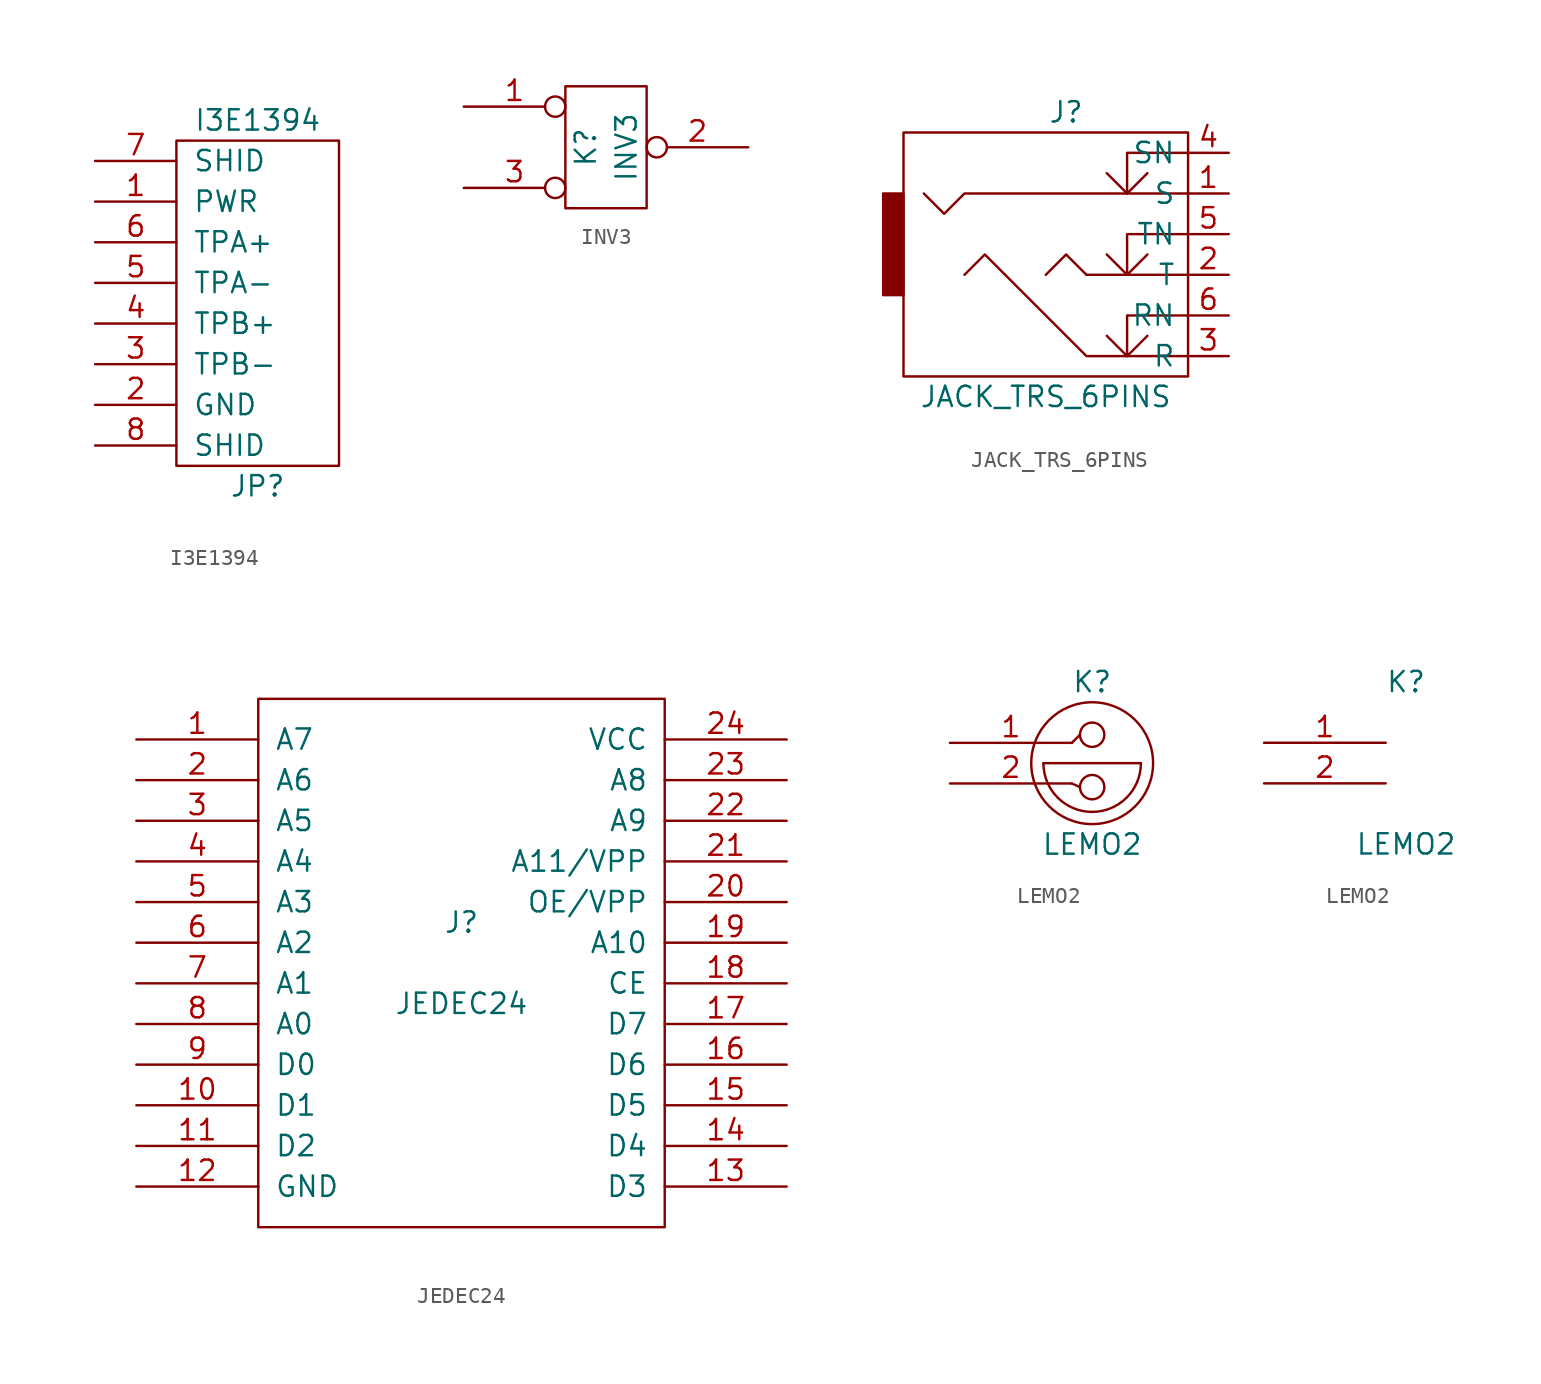
<source format=kicad_sym>
(kicad_symbol_lib
  (version 20231120)
  (generator "kicad_symbol_editor")
  (generator_version "8.0")
  (symbol "I3E1394"
    (pin_names
      (offset 1.016))
    (property "Reference" "JP"
      (at 0 -11.43 0)
      (effects (font (size 1.27 1.27))))
    (property "Value" "I3E1394"
      (at 0 11.43 0)
      (effects (font (size 1.27 1.27))))
    (property "Footprint" ""
      (at 0 0 0)
      (effects (font (size 1.27 1.27))))
    (property "Datasheet" ""
      (at 0 0 0)
      (effects (font (size 1.27 1.27))))
    (symbol "I3E1394_0_1"
      (rectangle (start -5.08 10.16) (end 5.08 -10.16) (stroke (width 0) (type solid)) (fill (type none))))
    (symbol "I3E1394_1_1"
      (pin passive line (at -10.16 6.35 0) (length 5.08) (name "PWR" (effects (font (size 1.27 1.27)))) (number "1" (effects (font (size 1.27 1.27)))))
      (pin passive line (at -10.16 -6.35 0) (length 5.08) (name "GND" (effects (font (size 1.27 1.27)))) (number "2" (effects (font (size 1.27 1.27)))))
      (pin bidirectional line (at -10.16 -3.81 0) (length 5.08) (name "TPB-" (effects (font (size 1.27 1.27)))) (number "3" (effects (font (size 1.27 1.27)))))
      (pin bidirectional line (at -10.16 -1.27 0) (length 5.08) (name "TPB+" (effects (font (size 1.27 1.27)))) (number "4" (effects (font (size 1.27 1.27)))))
      (pin bidirectional line (at -10.16 1.27 0) (length 5.08) (name "TPA-" (effects (font (size 1.27 1.27)))) (number "5" (effects (font (size 1.27 1.27)))))
      (pin bidirectional line (at -10.16 3.81 0) (length 5.08) (name "TPA+" (effects (font (size 1.27 1.27)))) (number "6" (effects (font (size 1.27 1.27)))))
      (pin passive line (at -10.16 8.89 0) (length 5.08) (name "SHID" (effects (font (size 1.27 1.27)))) (number "7" (effects (font (size 1.27 1.27)))))
      (pin passive line (at -10.16 -8.89 0) (length 5.08) (name "SHID" (effects (font (size 1.27 1.27)))) (number "8" (effects (font (size 1.27 1.27)))))))
  (symbol "INV3"
    (pin_names
      (offset 1.016) hide)
    (property "Reference" "K"
      (at -1.27 0 90)
      (effects (font (size 1.27 1.27))))
    (property "Value" "INV3"
      (at 1.27 0 90)
      (effects (font (size 1.27 1.27))))
    (property "Footprint" ""
      (at 0 0 0)
      (effects (font (size 1.27 1.27))))
    (property "Datasheet" ""
      (at 0 0 0)
      (effects (font (size 1.27 1.27))))
    (symbol "INV3_0_1"
      (rectangle (start -2.54 3.81) (end 2.54 -3.81) (stroke (width 0) (type solid)) (fill (type none))))
    (symbol "INV3_1_1"
      (pin passive inverted (at -8.89 2.54 0) (length 6.35) (name "P1" (effects (font (size 1.27 1.27)))) (number "1" (effects (font (size 1.27 1.27)))))
      (pin passive inverted (at 8.89 0 180) (length 6.35) (name "PM" (effects (font (size 1.27 1.27)))) (number "2" (effects (font (size 1.27 1.27)))))
      (pin passive inverted (at -8.89 -2.54 0) (length 6.35) (name "P3" (effects (font (size 1.27 1.27)))) (number "3" (effects (font (size 1.27 1.27)))))))
  (symbol "JACK_TRS_6PINS"
    (pin_names
      (offset 0.762))
    (property "Reference" "J"
      (at 0 10.16 0)
      (effects (font (size 1.27 1.27))))
    (property "Value" "JACK_TRS_6PINS"
      (at -1.27 -7.62 0)
      (effects (font (size 1.27 1.27))))
    (property "Footprint" ""
      (at 2.54 -3.81 0)
      (effects (font (size 1.27 1.27))))
    (property "Datasheet" ""
      (at 2.54 -3.81 0)
      (effects (font (size 1.27 1.27))))
    (symbol "JACK_TRS_6PINS_0_0"
      (polyline (pts (xy 3.81 -5.08) (xy 3.81 -2.54) (xy 7.62 -2.54)) (stroke (width 0) (type solid)) (fill (type none)))
      (polyline (pts (xy 3.81 0) (xy 3.81 2.54) (xy 7.62 2.54)) (stroke (width 0) (type solid)) (fill (type none)))
      (polyline (pts (xy 3.81 5.08) (xy 3.81 7.62) (xy 7.62 7.62)) (stroke (width 0) (type solid)) (fill (type none)))
      (polyline (pts (xy -8.89 5.08) (xy -7.62 3.81) (xy -6.35 5.08) (xy 7.62 5.08)) (stroke (width 0) (type solid)) (fill (type none)))
      (polyline (pts (xy -6.35 0) (xy -5.08 1.27) (xy 1.27 -5.08) (xy 7.62 -5.08)) (stroke (width 0) (type solid)) (fill (type none))))
    (symbol "JACK_TRS_6PINS_0_1"
      (rectangle (start -11.43 5.08) (end -10.16 -1.27) (stroke (width 0) (type solid)) (fill (type outline)))
      (polyline (pts (xy 1.27 0) (xy 7.62 0)) (stroke (width 0) (type solid)) (fill (type none)))
      (polyline (pts (xy 1.27 0) (xy 0 1.27) (xy -1.27 0) (xy -1.27 0)) (stroke (width 0) (type solid)) (fill (type none)))
      (polyline (pts (xy 2.54 -3.81) (xy 3.81 -5.08) (xy 5.08 -3.81) (xy 5.08 -3.81)) (stroke (width 0) (type solid)) (fill (type none)))
      (polyline (pts (xy 2.54 1.27) (xy 3.81 0) (xy 5.08 1.27) (xy 5.08 1.27)) (stroke (width 0) (type solid)) (fill (type none)))
      (polyline (pts (xy 2.54 6.35) (xy 3.81 5.08) (xy 5.08 6.35) (xy 5.08 6.35)) (stroke (width 0) (type solid)) (fill (type none)))
      (rectangle (start 7.62 -6.35) (end -10.16 8.89) (stroke (width 0) (type solid)) (fill (type none))))
    (symbol "JACK_TRS_6PINS_1_1"
      (pin passive line (at 10.16 5.08 180) (length 2.54) (name "S" (effects (font (size 1.27 1.27)))) (number "1" (effects (font (size 1.27 1.27)))))
      (pin passive line (at 10.16 0 180) (length 2.54) (name "T" (effects (font (size 1.27 1.27)))) (number "2" (effects (font (size 1.27 1.27)))))
      (pin passive line (at 10.16 -5.08 180) (length 2.54) (name "R" (effects (font (size 1.27 1.27)))) (number "3" (effects (font (size 1.27 1.27)))))
      (pin passive line (at 10.16 7.62 180) (length 2.54) (name "SN" (effects (font (size 1.27 1.27)))) (number "4" (effects (font (size 1.27 1.27)))))
      (pin passive line (at 10.16 2.54 180) (length 2.54) (name "TN" (effects (font (size 1.27 1.27)))) (number "5" (effects (font (size 1.27 1.27)))))
      (pin passive line (at 10.16 -2.54 180) (length 2.54) (name "RN" (effects (font (size 1.27 1.27)))) (number "6" (effects (font (size 1.27 1.27)))))))
  (symbol "JEDEC24"
    (pin_names
      (offset 1.016))
    (property "Reference" "J"
      (at 0 2.54 0)
      (effects (font (size 1.27 1.27))))
    (property "Value" "JEDEC24"
      (at 0 -2.54 0)
      (effects (font (size 1.27 1.27))))
    (property "Footprint" ""
      (at 0 0 0)
      (effects (font (size 1.27 1.27))))
    (property "Datasheet" ""
      (at 0 0 0)
      (effects (font (size 1.27 1.27))))
    (symbol "JEDEC24_0_1"
      (rectangle (start -12.7 -16.51) (end 12.7 16.51) (stroke (width 0) (type solid)) (fill (type none))))
    (symbol "JEDEC24_1_1"
      (pin passive line (at -20.32 13.97 0) (length 7.62) (name "A7" (effects (font (size 1.27 1.27)))) (number "1" (effects (font (size 1.27 1.27)))))
      (pin passive line (at -20.32 -8.89 0) (length 7.62) (name "D1" (effects (font (size 1.27 1.27)))) (number "10" (effects (font (size 1.27 1.27)))))
      (pin passive line (at -20.32 -11.43 0) (length 7.62) (name "D2" (effects (font (size 1.27 1.27)))) (number "11" (effects (font (size 1.27 1.27)))))
      (pin passive line (at -20.32 -13.97 0) (length 7.62) (name "GND" (effects (font (size 1.27 1.27)))) (number "12" (effects (font (size 1.27 1.27)))))
      (pin passive line (at 20.32 -13.97 180) (length 7.62) (name "D3" (effects (font (size 1.27 1.27)))) (number "13" (effects (font (size 1.27 1.27)))))
      (pin passive line (at 20.32 -11.43 180) (length 7.62) (name "D4" (effects (font (size 1.27 1.27)))) (number "14" (effects (font (size 1.27 1.27)))))
      (pin passive line (at 20.32 -8.89 180) (length 7.62) (name "D5" (effects (font (size 1.27 1.27)))) (number "15" (effects (font (size 1.27 1.27)))))
      (pin passive line (at 20.32 -6.35 180) (length 7.62) (name "D6" (effects (font (size 1.27 1.27)))) (number "16" (effects (font (size 1.27 1.27)))))
      (pin passive line (at 20.32 -3.81 180) (length 7.62) (name "D7" (effects (font (size 1.27 1.27)))) (number "17" (effects (font (size 1.27 1.27)))))
      (pin passive line (at 20.32 -1.27 180) (length 7.62) (name "CE" (effects (font (size 1.27 1.27)))) (number "18" (effects (font (size 1.27 1.27)))))
      (pin passive line (at 20.32 1.27 180) (length 7.62) (name "A10" (effects (font (size 1.27 1.27)))) (number "19" (effects (font (size 1.27 1.27)))))
      (pin passive line (at -20.32 11.43 0) (length 7.62) (name "A6" (effects (font (size 1.27 1.27)))) (number "2" (effects (font (size 1.27 1.27)))))
      (pin passive line (at 20.32 3.81 180) (length 7.62) (name "OE/VPP" (effects (font (size 1.27 1.27)))) (number "20" (effects (font (size 1.27 1.27)))))
      (pin passive line (at 20.32 6.35 180) (length 7.62) (name "A11/VPP" (effects (font (size 1.27 1.27)))) (number "21" (effects (font (size 1.27 1.27)))))
      (pin passive line (at 20.32 8.89 180) (length 7.62) (name "A9" (effects (font (size 1.27 1.27)))) (number "22" (effects (font (size 1.27 1.27)))))
      (pin passive line (at 20.32 11.43 180) (length 7.62) (name "A8" (effects (font (size 1.27 1.27)))) (number "23" (effects (font (size 1.27 1.27)))))
      (pin passive line (at 20.32 13.97 180) (length 7.62) (name "VCC" (effects (font (size 1.27 1.27)))) (number "24" (effects (font (size 1.27 1.27)))))
      (pin passive line (at -20.32 8.89 0) (length 7.62) (name "A5" (effects (font (size 1.27 1.27)))) (number "3" (effects (font (size 1.27 1.27)))))
      (pin passive line (at -20.32 6.35 0) (length 7.62) (name "A4" (effects (font (size 1.27 1.27)))) (number "4" (effects (font (size 1.27 1.27)))))
      (pin passive line (at -20.32 3.81 0) (length 7.62) (name "A3" (effects (font (size 1.27 1.27)))) (number "5" (effects (font (size 1.27 1.27)))))
      (pin passive line (at -20.32 1.27 0) (length 7.62) (name "A2" (effects (font (size 1.27 1.27)))) (number "6" (effects (font (size 1.27 1.27)))))
      (pin passive line (at -20.32 -1.27 0) (length 7.62) (name "A1" (effects (font (size 1.27 1.27)))) (number "7" (effects (font (size 1.27 1.27)))))
      (pin passive line (at -20.32 -3.81 0) (length 7.62) (name "A0" (effects (font (size 1.27 1.27)))) (number "8" (effects (font (size 1.27 1.27)))))
      (pin passive line (at -20.32 -6.35 0) (length 7.62) (name "D0" (effects (font (size 1.27 1.27)))) (number "9" (effects (font (size 1.27 1.27)))))))
  (symbol "LEMO2"
    (pin_names
      (offset 1.016) hide)
    (property "Reference" "K"
      (at 0 5.08 0)
      (effects (font (size 1.27 1.27))))
    (property "Value" "LEMO2"
      (at 0 -5.08 0)
      (effects (font (size 1.27 1.27))))
    (property "Footprint" ""
      (at 0 0 0)
      (effects (font (size 1.27 1.27))))
    (property "Datasheet" ""
      (at 0 0 0)
      (effects (font (size 1.27 1.27))))
    (symbol "LEMO2_0_1"
      (arc (start -3.048 0) (mid -2.1553 -2.1553) (end 0 -3.048) (stroke (width 0) (type solid)) (fill (type none)))
      (arc (start 0 -3.048) (mid 2.1553 -2.1553) (end 3.048 0) (stroke (width 0) (type solid)) (fill (type none)))
      (circle (center 0 -1.499) (radius 0.762) (stroke (width 0) (type solid)) (fill (type none)))
      (polyline (pts (xy -3.048 0) (xy 3.048 0)) (stroke (width 0) (type solid)) (fill (type none)))
      (polyline (pts (xy -1.27 1.27) (xy -0.762 1.778)) (stroke (width 0) (type solid)) (fill (type none)))
      (polyline (pts (xy -0.762 -1.499) (xy -1.27 -1.27)) (stroke (width 0) (type solid)) (fill (type none)))
      (circle (center 0 0) (radius 3.81) (stroke (width 0) (type solid)) (fill (type none)))
      (circle (center 0 1.778) (radius 0.762) (stroke (width 0) (type solid)) (fill (type none))))
    (symbol "LEMO2_1_1"
      (pin bidirectional line (at -8.89 1.27 0) (length 7.62) (name "~" (effects (font (size 1.27 1.27)))) (number "1" (effects (font (size 1.27 1.27)))))
      (pin bidirectional line (at -8.89 -1.27 0) (length 7.62) (name "~" (effects (font (size 1.27 1.27)))) (number "2" (effects (font (size 1.27 1.27))))))
    (symbol "LEMO2_1_2"
      (pin bidirectional line (at -8.89 1.27 0) (length 7.62) (name "~" (effects (font (size 1.27 1.27)))) (number "1" (effects (font (size 1.27 1.27)))))
      (pin bidirectional line (at -8.89 -1.27 0) (length 7.62) (name "~" (effects (font (size 1.27 1.27)))) (number "2" (effects (font (size 1.27 1.27))))))))
</source>
